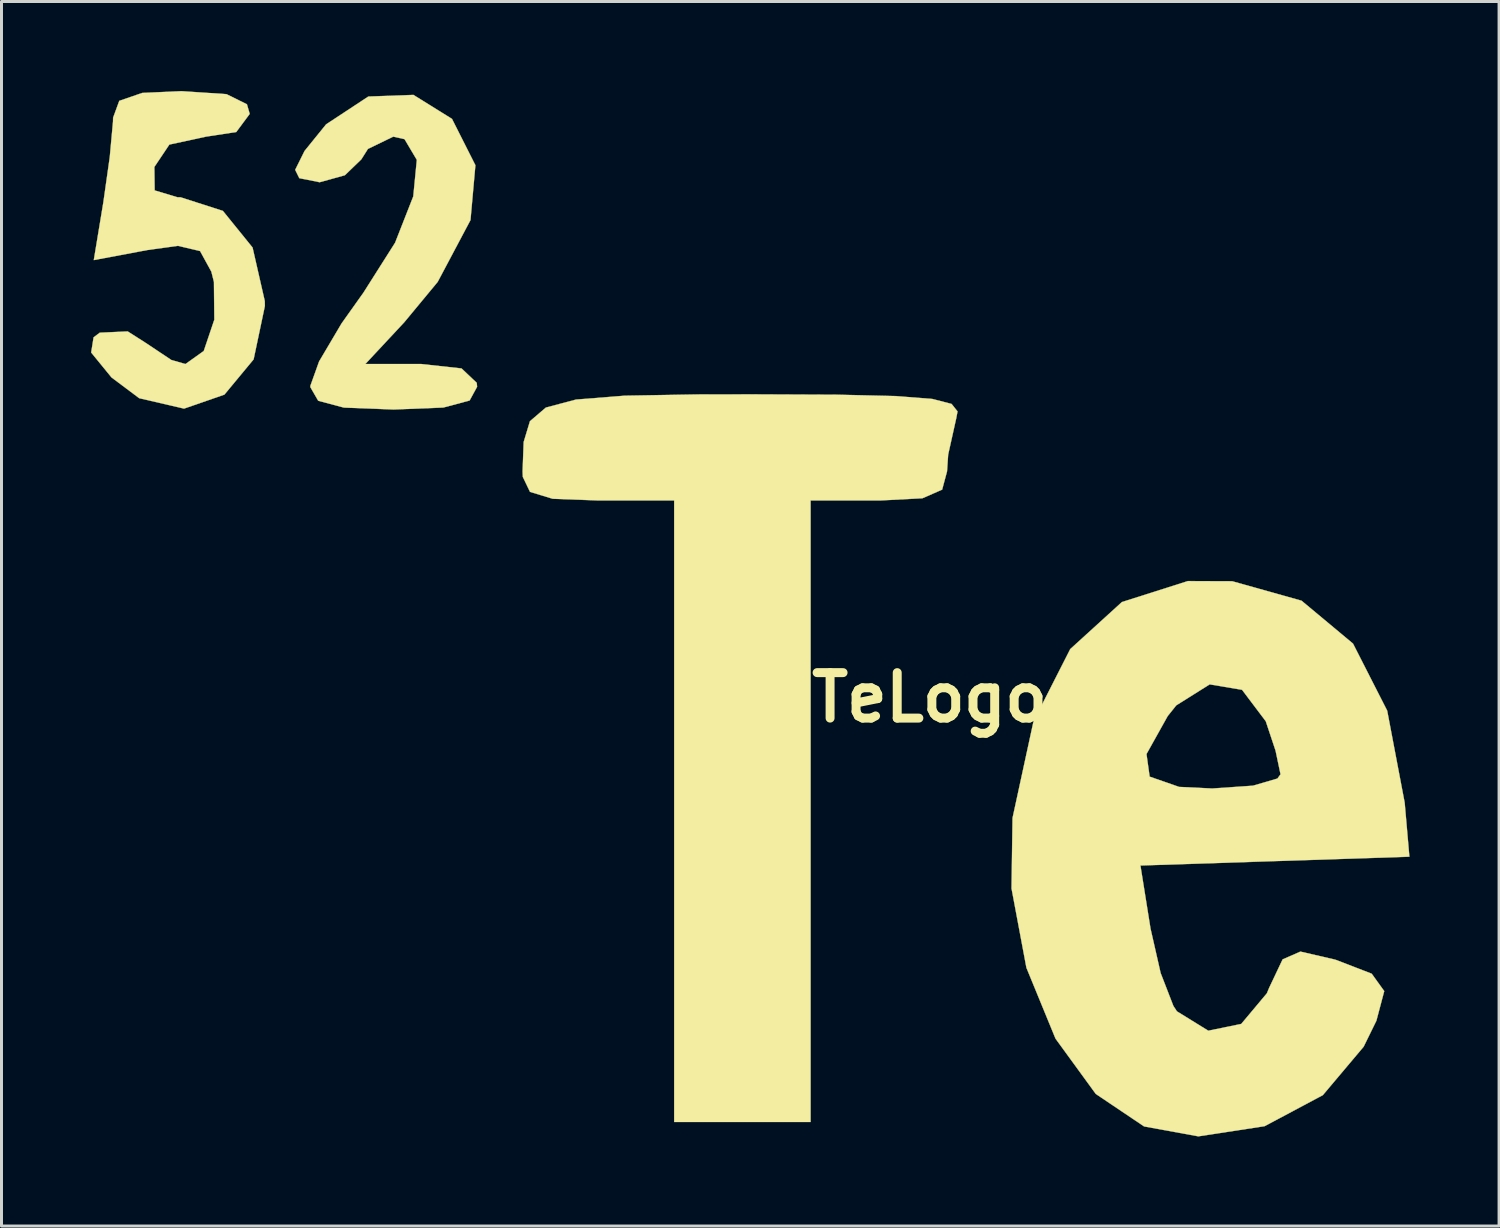
<source format=kicad_pcb>
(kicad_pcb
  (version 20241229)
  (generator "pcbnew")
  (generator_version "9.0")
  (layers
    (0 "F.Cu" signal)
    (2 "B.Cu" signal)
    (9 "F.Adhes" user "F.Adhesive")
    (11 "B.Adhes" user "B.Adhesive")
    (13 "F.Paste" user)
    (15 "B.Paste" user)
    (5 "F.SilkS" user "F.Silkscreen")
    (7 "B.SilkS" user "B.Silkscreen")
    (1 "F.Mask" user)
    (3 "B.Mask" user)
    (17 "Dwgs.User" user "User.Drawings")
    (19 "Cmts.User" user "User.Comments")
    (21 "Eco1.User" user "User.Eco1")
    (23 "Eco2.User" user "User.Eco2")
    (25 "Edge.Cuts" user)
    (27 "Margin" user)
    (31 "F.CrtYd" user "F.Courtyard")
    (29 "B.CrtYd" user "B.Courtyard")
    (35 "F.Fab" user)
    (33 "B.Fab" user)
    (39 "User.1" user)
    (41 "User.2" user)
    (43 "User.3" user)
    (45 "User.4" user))
  (footprint "52TeLogo"
    (layer "F.Cu")
    (at 26.654 20.325)
    (property "Reference" "52TeLogo" (at 0 0 0) (layer "F.SilkS") (effects (font (size 1.524 1.524) (thickness 0.3))))
    (attr through_hole)
    (fp_poly (pts (xy -1.637 -10.148) (xy 0.318 -10.102) (xy 1.543 -10.005) (xy 2.184 -9.839) (xy 2.384 -9.588) (xy 2.34 -9.356) (xy 2.07 -8.142) (xy 2.032 -7.578) (xy 1.868 -6.967) (xy 1.208 -6.678) (xy -0.203 -6.604) (xy -0.254 -6.604) (xy -2.54 -6.604) (xy -2.54 14.224) (xy -7.112 14.224) (xy -7.112 -6.604) (xy -9.652 -6.604) (xy -11.181 -6.66) (xy -11.943 -6.892) (xy -12.184 -7.394) (xy -12.192 -7.578) (xy -12.155 -8.564) (xy -11.945 -9.26) (xy -11.411 -9.717) (xy -10.403 -9.985) (xy -8.77 -10.115) (xy -6.363 -10.157) (xy -4.463 -10.16) (xy -1.637 -10.148)) (stroke (width 0.01) (type solid)) (fill yes) (layer "F.SilkS"))
    (fp_poly (pts (xy -14.557 -19.391) (xy -13.773 -17.838) (xy -13.937 -16.001) (xy -15.037 -13.928) (xy -16.159 -12.573) (xy -17.462 -11.176) (xy -15.589 -11.176) (xy -14.237 -11.028) (xy -13.728 -10.546) (xy -13.716 -10.414) (xy -13.967 -9.954) (xy -14.847 -9.718) (xy -16.51 -9.652) (xy -18.179 -9.716) (xy -19.041 -9.946) (xy -19.303 -10.4) (xy -19.304 -10.444) (xy -19.011 -11.262) (xy -18.256 -12.539) (xy -17.526 -13.566) (xy -16.464 -15.241) (xy -15.855 -16.793) (xy -15.736 -18.018) (xy -16.148 -18.712) (xy -16.526 -18.796) (xy -17.374 -18.385) (xy -17.596 -18.034) (xy -18.148 -17.502) (xy -18.993 -17.268) (xy -19.674 -17.404) (xy -19.812 -17.684) (xy -19.498 -18.316) (xy -18.776 -19.208) (xy -17.361 -20.14) (xy -15.85 -20.195) (xy -14.557 -19.391)) (stroke (width 0.01) (type solid)) (fill yes) (layer "F.SilkS"))
    (fp_poly (pts (xy -22.115 -20.22) (xy -21.429 -19.881) (xy -21.336 -19.558) (xy -21.787 -18.951) (xy -22.801 -18.796) (xy -24.029 -18.53) (xy -24.531 -17.78) (xy -24.521 -16.994) (xy -23.759 -16.765) (xy -23.653 -16.764) (xy -22.235 -16.308) (xy -21.24 -15.079) (xy -20.831 -13.287) (xy -20.828 -13.12) (xy -21.205 -11.332) (xy -22.184 -10.151) (xy -23.537 -9.682) (xy -25.039 -10.031) (xy -25.968 -10.728) (xy -26.649 -11.562) (xy -26.568 -12.07) (xy -26.361 -12.226) (xy -25.425 -12.269) (xy -24.864 -11.912) (xy -23.962 -11.311) (xy -23.489 -11.176) (xy -22.876 -11.613) (xy -22.522 -12.662) (xy -22.535 -13.928) (xy -22.621 -14.271) (xy -23 -14.962) (xy -23.74 -15.137) (xy -24.76 -14.997) (xy -26.561 -14.659) (xy -26.24 -16.6) (xy -26.026 -18.11) (xy -25.917 -19.302) (xy -25.914 -19.431) (xy -25.707 -19.996) (xy -24.938 -20.261) (xy -23.622 -20.32) (xy -22.115 -20.22)) (stroke (width 0.01) (type solid)) (fill yes) (layer "F.SilkS"))
    (fp_poly (pts (xy 11.589 -3.897) (xy 13.912 -3.245) (xy 15.637 -1.807) (xy 16.782 0.44) (xy 17.368 3.523) (xy 17.371 3.556) (xy 17.526 5.334) (xy 13.019 5.482) (xy 8.513 5.629) (xy 8.851 7.742) (xy 9.19 9.232) (xy 9.617 10.335) (xy 9.736 10.516) (xy 10.787 11.165) (xy 11.891 10.938) (xy 12.75 9.912) (xy 12.828 9.725) (xy 13.278 8.775) (xy 13.874 8.514) (xy 15.012 8.777) (xy 15.07 8.794) (xy 16.263 9.255) (xy 16.683 9.838) (xy 16.42 10.831) (xy 15.993 11.701) (xy 14.625 13.325) (xy 12.672 14.365) (xy 10.454 14.705) (xy 8.636 14.373) (xy 7.016 13.283) (xy 5.667 11.43) (xy 4.692 9.055) (xy 4.193 6.396) (xy 4.227 4.036) (xy 4.692 1.894) (xy 8.716 1.894) (xy 8.822 2.651) (xy 9.809 2.995) (xy 10.922 3.048) (xy 12.285 2.954) (xy 13.103 2.715) (xy 13.208 2.573) (xy 13.041 1.779) (xy 12.713 0.795) (xy 11.918 -0.259) (xy 10.834 -0.441) (xy 9.714 0.262) (xy 9.427 0.621) (xy 8.716 1.894) (xy 4.692 1.894) (xy 4.93 0.798) (xy 6.161 -1.624) (xy 7.893 -3.2) (xy 10.1 -3.902) (xy 11.589 -3.897)) (stroke (width 0.01) (type solid)) (fill yes) (layer "F.SilkS")))
  (gr_rect
    (start -3 -3)
    (end 47.185 38.035)
    (stroke (width 0.1) (type default))
    (fill no)
    (layer "Edge.Cuts")))
</source>
